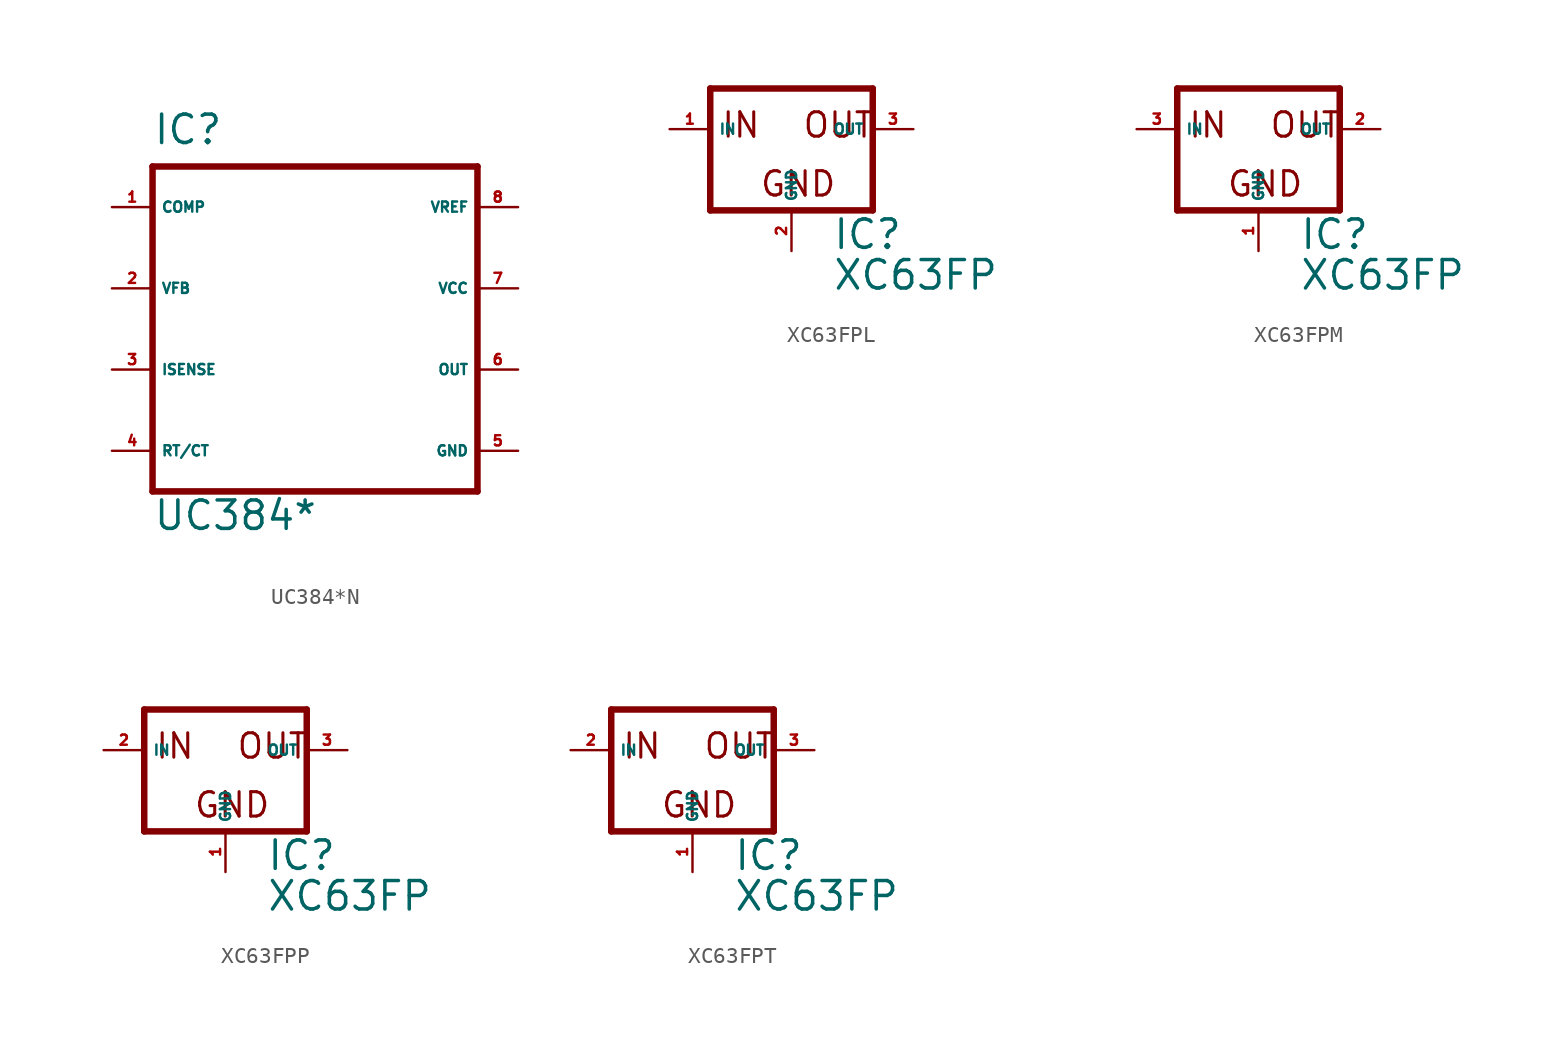
<source format=kicad_sym>
(kicad_symbol_lib
  (version 20220914)
  (generator Eagle2Kicad)
  (symbol "UC384*N"
    (property "Reference" "IC"
      (at -10.16 11.43 0)
      (effects (font (size 1.778 1.778) (thickness 0.22)) (justify left bottom)))
    (property "Value" "UC384*"
      (at -10.16 -12.7 0)
      (effects (font (size 1.778 1.778) (thickness 0.22)) (justify left bottom)))
    (polyline
      (pts (xy -10.16 10.16) (xy 10.16 10.16))
      (stroke (width 0.406) (type default))
      (fill (type none)))
    (polyline
      (pts (xy 10.16 10.16) (xy 10.16 -10.16))
      (stroke (width 0.406) (type default))
      (fill (type none)))
    (polyline
      (pts (xy 10.16 -10.16) (xy -10.16 -10.16))
      (stroke (width 0.406) (type default))
      (fill (type none)))
    (polyline
      (pts (xy -10.16 -10.16) (xy -10.16 10.16))
      (stroke (width 0.406) (type default))
      (fill (type none)))
    (pin passive line
      (at -12.7 7.62 0)
      (length 2.54)
      (name "COMP" (effects (font (size 0.635 0.635) (thickness 0.08)) (justify left bottom)))
      (number "1" (effects (font (size 0.635 0.635) (thickness 0.08)) (justify left bottom))))
    (pin input line
      (at -12.7 2.54 0)
      (length 2.54)
      (name "VFB" (effects (font (size 0.635 0.635) (thickness 0.08)) (justify left bottom)))
      (number "2" (effects (font (size 0.635 0.635) (thickness 0.08)) (justify left bottom))))
    (pin input line
      (at -12.7 -2.54 0)
      (length 2.54)
      (name "ISENSE" (effects (font (size 0.635 0.635) (thickness 0.08)) (justify left bottom)))
      (number "3" (effects (font (size 0.635 0.635) (thickness 0.08)) (justify left bottom))))
    (pin passive line
      (at -12.7 -7.62 0)
      (length 2.54)
      (name "RT/CT" (effects (font (size 0.635 0.635) (thickness 0.08)) (justify left bottom)))
      (number "4" (effects (font (size 0.635 0.635) (thickness 0.08)) (justify left bottom))))
    (pin unspecified line
      (at 12.7 -7.62 180)
      (length 2.54)
      (name "GND" (effects (font (size 0.635 0.635) (thickness 0.08)) (justify left bottom)))
      (number "5" (effects (font (size 0.635 0.635) (thickness 0.08)) (justify left bottom))))
    (pin output line
      (at 12.7 -2.54 180)
      (length 2.54)
      (name "OUT" (effects (font (size 0.635 0.635) (thickness 0.08)) (justify left bottom)))
      (number "6" (effects (font (size 0.635 0.635) (thickness 0.08)) (justify left bottom))))
    (pin unspecified line
      (at 12.7 2.54 180)
      (length 2.54)
      (name "VCC" (effects (font (size 0.635 0.635) (thickness 0.08)) (justify left bottom)))
      (number "7" (effects (font (size 0.635 0.635) (thickness 0.08)) (justify left bottom))))
    (pin passive line
      (at 12.7 7.62 180)
      (length 2.54)
      (name "VREF" (effects (font (size 0.635 0.635) (thickness 0.08)) (justify left bottom)))
      (number "8" (effects (font (size 0.635 0.635) (thickness 0.08)) (justify left bottom)))))
  (symbol "XC63FPL"
    (property "Reference" "IC"
      (at 2.54 -7.62 0)
      (effects (font (size 1.778 1.778) (thickness 0.22)) (justify left bottom)))
    (property "Value" "XC63FP"
      (at 2.54 -10.16 0)
      (effects (font (size 1.778 1.778) (thickness 0.22)) (justify left bottom)))
    (polyline
      (pts (xy -5.08 -5.08) (xy 5.08 -5.08))
      (stroke (width 0.406) (type default))
      (fill (type none)))
    (polyline
      (pts (xy 5.08 -5.08) (xy 5.08 2.54))
      (stroke (width 0.406) (type default))
      (fill (type none)))
    (polyline
      (pts (xy 5.08 2.54) (xy -5.08 2.54))
      (stroke (width 0.406) (type default))
      (fill (type none)))
    (polyline
      (pts (xy -5.08 2.54) (xy -5.08 -5.08))
      (stroke (width 0.406) (type default))
      (fill (type none)))
    (text "GND"
      (at -2.032 -4.318 0)
      (effects (font (size 1.524 1.524) (thickness 0.19)) (justify left bottom)))
    (text "IN"
      (at -4.445 -0.635 0)
      (effects (font (size 1.524 1.524) (thickness 0.19)) (justify left bottom)))
    (text "OUT"
      (at 0.635 -0.635 0)
      (effects (font (size 1.524 1.524) (thickness 0.19)) (justify left bottom)))
    (pin input line
      (at -7.62 0 0)
      (length 2.54)
      (name "IN" (effects (font (size 0.635 0.635) (thickness 0.08)) (justify left bottom)))
      (number "1" (effects (font (size 0.635 0.635) (thickness 0.08)) (justify left bottom))))
    (pin input line
      (at 0 -7.62 90)
      (length 2.54)
      (name "GND" (effects (font (size 0.635 0.635) (thickness 0.08)) (justify left bottom)))
      (number "2" (effects (font (size 0.635 0.635) (thickness 0.08)) (justify left bottom))))
    (pin passive line
      (at 7.62 0 180)
      (length 2.54)
      (name "OUT" (effects (font (size 0.635 0.635) (thickness 0.08)) (justify left bottom)))
      (number "3" (effects (font (size 0.635 0.635) (thickness 0.08)) (justify left bottom)))))
  (symbol "XC63FPM"
    (property "Reference" "IC"
      (at 2.54 -7.62 0)
      (effects (font (size 1.778 1.778) (thickness 0.22)) (justify left bottom)))
    (property "Value" "XC63FP"
      (at 2.54 -10.16 0)
      (effects (font (size 1.778 1.778) (thickness 0.22)) (justify left bottom)))
    (polyline
      (pts (xy -5.08 -5.08) (xy 5.08 -5.08))
      (stroke (width 0.406) (type default))
      (fill (type none)))
    (polyline
      (pts (xy 5.08 -5.08) (xy 5.08 2.54))
      (stroke (width 0.406) (type default))
      (fill (type none)))
    (polyline
      (pts (xy 5.08 2.54) (xy -5.08 2.54))
      (stroke (width 0.406) (type default))
      (fill (type none)))
    (polyline
      (pts (xy -5.08 2.54) (xy -5.08 -5.08))
      (stroke (width 0.406) (type default))
      (fill (type none)))
    (text "GND"
      (at -2.032 -4.318 0)
      (effects (font (size 1.524 1.524) (thickness 0.19)) (justify left bottom)))
    (text "IN"
      (at -4.445 -0.635 0)
      (effects (font (size 1.524 1.524) (thickness 0.19)) (justify left bottom)))
    (text "OUT"
      (at 0.635 -0.635 0)
      (effects (font (size 1.524 1.524) (thickness 0.19)) (justify left bottom)))
    (pin input line
      (at -7.62 0 0)
      (length 2.54)
      (name "IN" (effects (font (size 0.635 0.635) (thickness 0.08)) (justify left bottom)))
      (number "3" (effects (font (size 0.635 0.635) (thickness 0.08)) (justify left bottom))))
    (pin input line
      (at 0 -7.62 90)
      (length 2.54)
      (name "GND" (effects (font (size 0.635 0.635) (thickness 0.08)) (justify left bottom)))
      (number "1" (effects (font (size 0.635 0.635) (thickness 0.08)) (justify left bottom))))
    (pin passive line
      (at 7.62 0 180)
      (length 2.54)
      (name "OUT" (effects (font (size 0.635 0.635) (thickness 0.08)) (justify left bottom)))
      (number "2" (effects (font (size 0.635 0.635) (thickness 0.08)) (justify left bottom)))))
  (symbol "XC63FPP"
    (property "Reference" "IC"
      (at 2.54 -7.62 0)
      (effects (font (size 1.778 1.778) (thickness 0.22)) (justify left bottom)))
    (property "Value" "XC63FP"
      (at 2.54 -10.16 0)
      (effects (font (size 1.778 1.778) (thickness 0.22)) (justify left bottom)))
    (polyline
      (pts (xy -5.08 -5.08) (xy 5.08 -5.08))
      (stroke (width 0.406) (type default))
      (fill (type none)))
    (polyline
      (pts (xy 5.08 -5.08) (xy 5.08 2.54))
      (stroke (width 0.406) (type default))
      (fill (type none)))
    (polyline
      (pts (xy 5.08 2.54) (xy -5.08 2.54))
      (stroke (width 0.406) (type default))
      (fill (type none)))
    (polyline
      (pts (xy -5.08 2.54) (xy -5.08 -5.08))
      (stroke (width 0.406) (type default))
      (fill (type none)))
    (text "GND"
      (at -2.032 -4.318 0)
      (effects (font (size 1.524 1.524) (thickness 0.19)) (justify left bottom)))
    (text "IN"
      (at -4.445 -0.635 0)
      (effects (font (size 1.524 1.524) (thickness 0.19)) (justify left bottom)))
    (text "OUT"
      (at 0.635 -0.635 0)
      (effects (font (size 1.524 1.524) (thickness 0.19)) (justify left bottom)))
    (pin input line
      (at -7.62 0 0)
      (length 2.54)
      (name "IN" (effects (font (size 0.635 0.635) (thickness 0.08)) (justify left bottom)))
      (number "2" (effects (font (size 0.635 0.635) (thickness 0.08)) (justify left bottom))))
    (pin input line
      (at 0 -7.62 90)
      (length 2.54)
      (name "GND" (effects (font (size 0.635 0.635) (thickness 0.08)) (justify left bottom)))
      (number "1" (effects (font (size 0.635 0.635) (thickness 0.08)) (justify left bottom))))
    (pin passive line
      (at 7.62 0 180)
      (length 2.54)
      (name "OUT" (effects (font (size 0.635 0.635) (thickness 0.08)) (justify left bottom)))
      (number "3" (effects (font (size 0.635 0.635) (thickness 0.08)) (justify left bottom)))))
  (symbol "XC63FPT"
    (property "Reference" "IC"
      (at 2.54 -7.62 0)
      (effects (font (size 1.778 1.778) (thickness 0.22)) (justify left bottom)))
    (property "Value" "XC63FP"
      (at 2.54 -10.16 0)
      (effects (font (size 1.778 1.778) (thickness 0.22)) (justify left bottom)))
    (polyline
      (pts (xy -5.08 -5.08) (xy 5.08 -5.08))
      (stroke (width 0.406) (type default))
      (fill (type none)))
    (polyline
      (pts (xy 5.08 -5.08) (xy 5.08 2.54))
      (stroke (width 0.406) (type default))
      (fill (type none)))
    (polyline
      (pts (xy 5.08 2.54) (xy -5.08 2.54))
      (stroke (width 0.406) (type default))
      (fill (type none)))
    (polyline
      (pts (xy -5.08 2.54) (xy -5.08 -5.08))
      (stroke (width 0.406) (type default))
      (fill (type none)))
    (text "GND"
      (at -2.032 -4.318 0)
      (effects (font (size 1.524 1.524) (thickness 0.19)) (justify left bottom)))
    (text "IN"
      (at -4.445 -0.635 0)
      (effects (font (size 1.524 1.524) (thickness 0.19)) (justify left bottom)))
    (text "OUT"
      (at 0.635 -0.635 0)
      (effects (font (size 1.524 1.524) (thickness 0.19)) (justify left bottom)))
    (pin input line
      (at -7.62 0 0)
      (length 2.54)
      (name "IN" (effects (font (size 0.635 0.635) (thickness 0.08)) (justify left bottom)))
      (number "2" (effects (font (size 0.635 0.635) (thickness 0.08)) (justify left bottom))))
    (pin input line
      (at 0 -7.62 90)
      (length 2.54)
      (name "GND" (effects (font (size 0.635 0.635) (thickness 0.08)) (justify left bottom)))
      (number "1" (effects (font (size 0.635 0.635) (thickness 0.08)) (justify left bottom))))
    (pin passive line
      (at 7.62 0 180)
      (length 2.54)
      (name "OUT" (effects (font (size 0.635 0.635) (thickness 0.08)) (justify left bottom)))
      (number "3" (effects (font (size 0.635 0.635) (thickness 0.08)) (justify left bottom))))))
</source>
